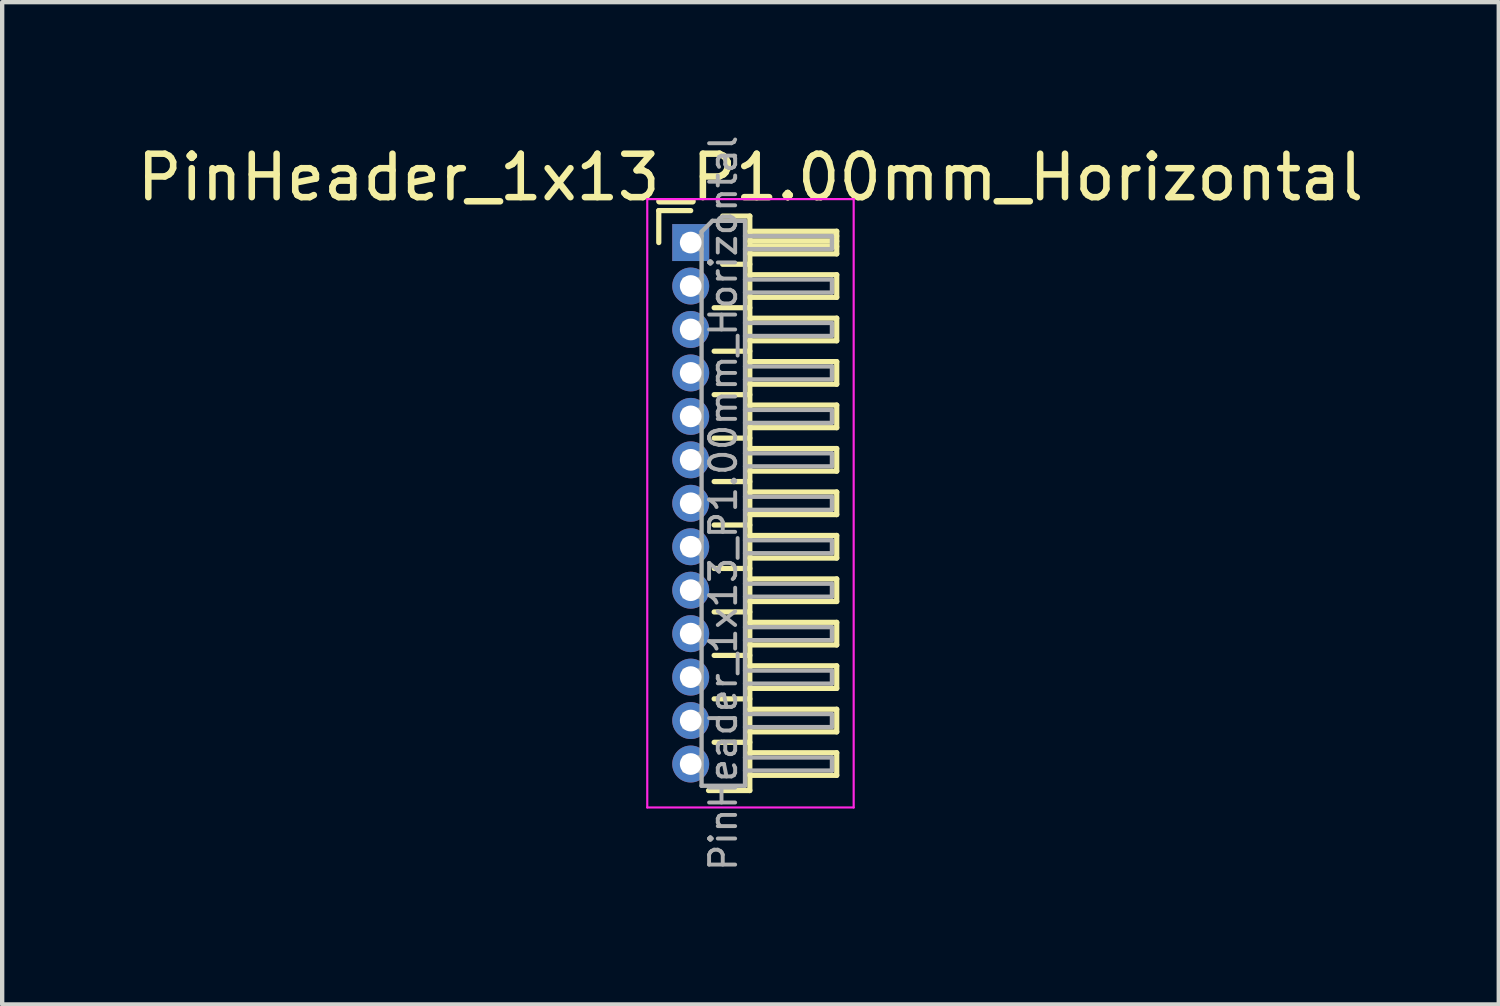
<source format=kicad_pcb>
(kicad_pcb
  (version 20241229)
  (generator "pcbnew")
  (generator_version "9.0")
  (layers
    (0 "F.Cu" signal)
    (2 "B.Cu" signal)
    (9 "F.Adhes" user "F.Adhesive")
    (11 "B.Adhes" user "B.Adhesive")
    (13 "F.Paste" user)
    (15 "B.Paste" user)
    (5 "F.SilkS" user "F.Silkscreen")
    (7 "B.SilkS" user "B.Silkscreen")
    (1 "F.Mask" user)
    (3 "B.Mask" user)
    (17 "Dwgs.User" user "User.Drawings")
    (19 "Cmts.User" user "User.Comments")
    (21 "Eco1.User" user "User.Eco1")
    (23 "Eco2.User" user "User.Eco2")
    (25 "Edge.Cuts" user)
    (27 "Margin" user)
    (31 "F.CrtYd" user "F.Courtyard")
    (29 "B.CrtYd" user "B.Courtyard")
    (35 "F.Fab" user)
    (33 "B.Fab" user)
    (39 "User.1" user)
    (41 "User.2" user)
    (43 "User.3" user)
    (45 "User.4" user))
  (footprint "PinHeader_1x13_P1.00mm_Horizontal"
    (layer "F.Cu")
    (at 12.845 2.532)
    (property "Reference" "PinHeader_1x13_P1.00mm_Horizontal" (at 1.375 -1.5 0) (layer "F.SilkS") (effects (font (size 1 1) (thickness 0.15))))
    (attr through_hole)
    (fp_line (start -0.735 -0.735) (end 0 -0.735) (stroke (width 0.12) (type solid)) (layer "F.SilkS"))
    (fp_line (start -0.735 0) (end -0.735 -0.735) (stroke (width 0.12) (type solid)) (layer "F.SilkS"))
    (fp_line (start 0.539 1.5) (end 1.36 1.5) (stroke (width 0.12) (type solid)) (layer "F.SilkS"))
    (fp_line (start 0.539 2.5) (end 1.36 2.5) (stroke (width 0.12) (type solid)) (layer "F.SilkS"))
    (fp_line (start 0.539 3.5) (end 1.36 3.5) (stroke (width 0.12) (type solid)) (layer "F.SilkS"))
    (fp_line (start 0.539 4.5) (end 1.36 4.5) (stroke (width 0.12) (type solid)) (layer "F.SilkS"))
    (fp_line (start 0.539 5.5) (end 1.36 5.5) (stroke (width 0.12) (type solid)) (layer "F.SilkS"))
    (fp_line (start 0.539 6.5) (end 1.36 6.5) (stroke (width 0.12) (type solid)) (layer "F.SilkS"))
    (fp_line (start 0.539 7.5) (end 1.36 7.5) (stroke (width 0.12) (type solid)) (layer "F.SilkS"))
    (fp_line (start 0.539 8.5) (end 1.36 8.5) (stroke (width 0.12) (type solid)) (layer "F.SilkS"))
    (fp_line (start 0.539 9.5) (end 1.36 9.5) (stroke (width 0.12) (type solid)) (layer "F.SilkS"))
    (fp_line (start 0.539 10.5) (end 1.36 10.5) (stroke (width 0.12) (type solid)) (layer "F.SilkS"))
    (fp_line (start 0.539 11.5) (end 1.36 11.5) (stroke (width 0.12) (type solid)) (layer "F.SilkS"))
    (fp_line (start 0.735 -0.61) (end 1.36 -0.61) (stroke (width 0.12) (type solid)) (layer "F.SilkS"))
    (fp_line (start 0.735 0.5) (end 1.36 0.5) (stroke (width 0.12) (type solid)) (layer "F.SilkS"))
    (fp_line (start 1.36 -0.61) (end 1.36 12.61) (stroke (width 0.12) (type solid)) (layer "F.SilkS"))
    (fp_line (start 1.36 -0.26) (end 3.36 -0.26) (stroke (width 0.12) (type solid)) (layer "F.SilkS"))
    (fp_line (start 1.36 -0.15) (end 3.36 -0.15) (stroke (width 0.12) (type solid)) (layer "F.SilkS"))
    (fp_line (start 1.36 -0.03) (end 3.36 -0.03) (stroke (width 0.12) (type solid)) (layer "F.SilkS"))
    (fp_line (start 1.36 0.09) (end 3.36 0.09) (stroke (width 0.12) (type solid)) (layer "F.SilkS"))
    (fp_line (start 1.36 0.74) (end 3.36 0.74) (stroke (width 0.12) (type solid)) (layer "F.SilkS"))
    (fp_line (start 1.36 1.74) (end 3.36 1.74) (stroke (width 0.12) (type solid)) (layer "F.SilkS"))
    (fp_line (start 1.36 2.74) (end 3.36 2.74) (stroke (width 0.12) (type solid)) (layer "F.SilkS"))
    (fp_line (start 1.36 3.74) (end 3.36 3.74) (stroke (width 0.12) (type solid)) (layer "F.SilkS"))
    (fp_line (start 1.36 4.74) (end 3.36 4.74) (stroke (width 0.12) (type solid)) (layer "F.SilkS"))
    (fp_line (start 1.36 5.74) (end 3.36 5.74) (stroke (width 0.12) (type solid)) (layer "F.SilkS"))
    (fp_line (start 1.36 6.74) (end 3.36 6.74) (stroke (width 0.12) (type solid)) (layer "F.SilkS"))
    (fp_line (start 1.36 7.74) (end 3.36 7.74) (stroke (width 0.12) (type solid)) (layer "F.SilkS"))
    (fp_line (start 1.36 8.74) (end 3.36 8.74) (stroke (width 0.12) (type solid)) (layer "F.SilkS"))
    (fp_line (start 1.36 9.74) (end 3.36 9.74) (stroke (width 0.12) (type solid)) (layer "F.SilkS"))
    (fp_line (start 1.36 10.74) (end 3.36 10.74) (stroke (width 0.12) (type solid)) (layer "F.SilkS"))
    (fp_line (start 1.36 11.74) (end 3.36 11.74) (stroke (width 0.12) (type solid)) (layer "F.SilkS"))
    (fp_line (start 1.36 12.61) (end 0.41 12.61) (stroke (width 0.12) (type solid)) (layer "F.SilkS"))
    (fp_line (start 3.36 -0.26) (end 3.36 0.26) (stroke (width 0.12) (type solid)) (layer "F.SilkS"))
    (fp_line (start 3.36 0.26) (end 1.36 0.26) (stroke (width 0.12) (type solid)) (layer "F.SilkS"))
    (fp_line (start 3.36 0.74) (end 3.36 1.26) (stroke (width 0.12) (type solid)) (layer "F.SilkS"))
    (fp_line (start 3.36 1.26) (end 1.36 1.26) (stroke (width 0.12) (type solid)) (layer "F.SilkS"))
    (fp_line (start 3.36 1.74) (end 3.36 2.26) (stroke (width 0.12) (type solid)) (layer "F.SilkS"))
    (fp_line (start 3.36 2.26) (end 1.36 2.26) (stroke (width 0.12) (type solid)) (layer "F.SilkS"))
    (fp_line (start 3.36 2.74) (end 3.36 3.26) (stroke (width 0.12) (type solid)) (layer "F.SilkS"))
    (fp_line (start 3.36 3.26) (end 1.36 3.26) (stroke (width 0.12) (type solid)) (layer "F.SilkS"))
    (fp_line (start 3.36 3.74) (end 3.36 4.26) (stroke (width 0.12) (type solid)) (layer "F.SilkS"))
    (fp_line (start 3.36 4.26) (end 1.36 4.26) (stroke (width 0.12) (type solid)) (layer "F.SilkS"))
    (fp_line (start 3.36 4.74) (end 3.36 5.26) (stroke (width 0.12) (type solid)) (layer "F.SilkS"))
    (fp_line (start 3.36 5.26) (end 1.36 5.26) (stroke (width 0.12) (type solid)) (layer "F.SilkS"))
    (fp_line (start 3.36 5.74) (end 3.36 6.26) (stroke (width 0.12) (type solid)) (layer "F.SilkS"))
    (fp_line (start 3.36 6.26) (end 1.36 6.26) (stroke (width 0.12) (type solid)) (layer "F.SilkS"))
    (fp_line (start 3.36 6.74) (end 3.36 7.26) (stroke (width 0.12) (type solid)) (layer "F.SilkS"))
    (fp_line (start 3.36 7.26) (end 1.36 7.26) (stroke (width 0.12) (type solid)) (layer "F.SilkS"))
    (fp_line (start 3.36 7.74) (end 3.36 8.26) (stroke (width 0.12) (type solid)) (layer "F.SilkS"))
    (fp_line (start 3.36 8.26) (end 1.36 8.26) (stroke (width 0.12) (type solid)) (layer "F.SilkS"))
    (fp_line (start 3.36 8.74) (end 3.36 9.26) (stroke (width 0.12) (type solid)) (layer "F.SilkS"))
    (fp_line (start 3.36 9.26) (end 1.36 9.26) (stroke (width 0.12) (type solid)) (layer "F.SilkS"))
    (fp_line (start 3.36 9.74) (end 3.36 10.26) (stroke (width 0.12) (type solid)) (layer "F.SilkS"))
    (fp_line (start 3.36 10.26) (end 1.36 10.26) (stroke (width 0.12) (type solid)) (layer "F.SilkS"))
    (fp_line (start 3.36 10.74) (end 3.36 11.26) (stroke (width 0.12) (type solid)) (layer "F.SilkS"))
    (fp_line (start 3.36 11.26) (end 1.36 11.26) (stroke (width 0.12) (type solid)) (layer "F.SilkS"))
    (fp_line (start 3.36 11.74) (end 3.36 12.26) (stroke (width 0.12) (type solid)) (layer "F.SilkS"))
    (fp_line (start 3.36 12.26) (end 1.36 12.26) (stroke (width 0.12) (type solid)) (layer "F.SilkS"))
    (fp_line (start -1 -1) (end -1 13) (stroke (width 0.05) (type solid)) (layer "F.CrtYd"))
    (fp_line (start -1 13) (end 3.75 13) (stroke (width 0.05) (type solid)) (layer "F.CrtYd"))
    (fp_line (start 3.75 -1) (end -1 -1) (stroke (width 0.05) (type solid)) (layer "F.CrtYd"))
    (fp_line (start 3.75 13) (end 3.75 -1) (stroke (width 0.05) (type solid)) (layer "F.CrtYd"))
    (fp_line (start -0.15 -0.15) (end -0.15 0.15) (stroke (width 0.1) (type solid)) (layer "F.Fab"))
    (fp_line (start -0.15 -0.15) (end 0.25 -0.15) (stroke (width 0.1) (type solid)) (layer "F.Fab"))
    (fp_line (start -0.15 0.15) (end 0.25 0.15) (stroke (width 0.1) (type solid)) (layer "F.Fab"))
    (fp_line (start -0.15 0.85) (end -0.15 1.15) (stroke (width 0.1) (type solid)) (layer "F.Fab"))
    (fp_line (start -0.15 0.85) (end 0.25 0.85) (stroke (width 0.1) (type solid)) (layer "F.Fab"))
    (fp_line (start -0.15 1.15) (end 0.25 1.15) (stroke (width 0.1) (type solid)) (layer "F.Fab"))
    (fp_line (start -0.15 1.85) (end -0.15 2.15) (stroke (width 0.1) (type solid)) (layer "F.Fab"))
    (fp_line (start -0.15 1.85) (end 0.25 1.85) (stroke (width 0.1) (type solid)) (layer "F.Fab"))
    (fp_line (start -0.15 2.15) (end 0.25 2.15) (stroke (width 0.1) (type solid)) (layer "F.Fab"))
    (fp_line (start -0.15 2.85) (end -0.15 3.15) (stroke (width 0.1) (type solid)) (layer "F.Fab"))
    (fp_line (start -0.15 2.85) (end 0.25 2.85) (stroke (width 0.1) (type solid)) (layer "F.Fab"))
    (fp_line (start -0.15 3.15) (end 0.25 3.15) (stroke (width 0.1) (type solid)) (layer "F.Fab"))
    (fp_line (start -0.15 3.85) (end -0.15 4.15) (stroke (width 0.1) (type solid)) (layer "F.Fab"))
    (fp_line (start -0.15 3.85) (end 0.25 3.85) (stroke (width 0.1) (type solid)) (layer "F.Fab"))
    (fp_line (start -0.15 4.15) (end 0.25 4.15) (stroke (width 0.1) (type solid)) (layer "F.Fab"))
    (fp_line (start -0.15 4.85) (end -0.15 5.15) (stroke (width 0.1) (type solid)) (layer "F.Fab"))
    (fp_line (start -0.15 4.85) (end 0.25 4.85) (stroke (width 0.1) (type solid)) (layer "F.Fab"))
    (fp_line (start -0.15 5.15) (end 0.25 5.15) (stroke (width 0.1) (type solid)) (layer "F.Fab"))
    (fp_line (start -0.15 5.85) (end -0.15 6.15) (stroke (width 0.1) (type solid)) (layer "F.Fab"))
    (fp_line (start -0.15 5.85) (end 0.25 5.85) (stroke (width 0.1) (type solid)) (layer "F.Fab"))
    (fp_line (start -0.15 6.15) (end 0.25 6.15) (stroke (width 0.1) (type solid)) (layer "F.Fab"))
    (fp_line (start -0.15 6.85) (end -0.15 7.15) (stroke (width 0.1) (type solid)) (layer "F.Fab"))
    (fp_line (start -0.15 6.85) (end 0.25 6.85) (stroke (width 0.1) (type solid)) (layer "F.Fab"))
    (fp_line (start -0.15 7.15) (end 0.25 7.15) (stroke (width 0.1) (type solid)) (layer "F.Fab"))
    (fp_line (start -0.15 7.85) (end -0.15 8.15) (stroke (width 0.1) (type solid)) (layer "F.Fab"))
    (fp_line (start -0.15 7.85) (end 0.25 7.85) (stroke (width 0.1) (type solid)) (layer "F.Fab"))
    (fp_line (start -0.15 8.15) (end 0.25 8.15) (stroke (width 0.1) (type solid)) (layer "F.Fab"))
    (fp_line (start -0.15 8.85) (end -0.15 9.15) (stroke (width 0.1) (type solid)) (layer "F.Fab"))
    (fp_line (start -0.15 8.85) (end 0.25 8.85) (stroke (width 0.1) (type solid)) (layer "F.Fab"))
    (fp_line (start -0.15 9.15) (end 0.25 9.15) (stroke (width 0.1) (type solid)) (layer "F.Fab"))
    (fp_line (start -0.15 9.85) (end -0.15 10.15) (stroke (width 0.1) (type solid)) (layer "F.Fab"))
    (fp_line (start -0.15 9.85) (end 0.25 9.85) (stroke (width 0.1) (type solid)) (layer "F.Fab"))
    (fp_line (start -0.15 10.15) (end 0.25 10.15) (stroke (width 0.1) (type solid)) (layer "F.Fab"))
    (fp_line (start -0.15 10.85) (end -0.15 11.15) (stroke (width 0.1) (type solid)) (layer "F.Fab"))
    (fp_line (start -0.15 10.85) (end 0.25 10.85) (stroke (width 0.1) (type solid)) (layer "F.Fab"))
    (fp_line (start -0.15 11.15) (end 0.25 11.15) (stroke (width 0.1) (type solid)) (layer "F.Fab"))
    (fp_line (start -0.15 11.85) (end -0.15 12.15) (stroke (width 0.1) (type solid)) (layer "F.Fab"))
    (fp_line (start -0.15 11.85) (end 0.25 11.85) (stroke (width 0.1) (type solid)) (layer "F.Fab"))
    (fp_line (start -0.15 12.15) (end 0.25 12.15) (stroke (width 0.1) (type solid)) (layer "F.Fab"))
    (fp_line (start 0.25 -0.25) (end 0.5 -0.5) (stroke (width 0.1) (type solid)) (layer "F.Fab"))
    (fp_line (start 0.25 12.5) (end 0.25 -0.25) (stroke (width 0.1) (type solid)) (layer "F.Fab"))
    (fp_line (start 0.5 -0.5) (end 1.25 -0.5) (stroke (width 0.1) (type solid)) (layer "F.Fab"))
    (fp_line (start 1.25 -0.5) (end 1.25 12.5) (stroke (width 0.1) (type solid)) (layer "F.Fab"))
    (fp_line (start 1.25 -0.15) (end 3.25 -0.15) (stroke (width 0.1) (type solid)) (layer "F.Fab"))
    (fp_line (start 1.25 0.15) (end 3.25 0.15) (stroke (width 0.1) (type solid)) (layer "F.Fab"))
    (fp_line (start 1.25 0.85) (end 3.25 0.85) (stroke (width 0.1) (type solid)) (layer "F.Fab"))
    (fp_line (start 1.25 1.15) (end 3.25 1.15) (stroke (width 0.1) (type solid)) (layer "F.Fab"))
    (fp_line (start 1.25 1.85) (end 3.25 1.85) (stroke (width 0.1) (type solid)) (layer "F.Fab"))
    (fp_line (start 1.25 2.15) (end 3.25 2.15) (stroke (width 0.1) (type solid)) (layer "F.Fab"))
    (fp_line (start 1.25 2.85) (end 3.25 2.85) (stroke (width 0.1) (type solid)) (layer "F.Fab"))
    (fp_line (start 1.25 3.15) (end 3.25 3.15) (stroke (width 0.1) (type solid)) (layer "F.Fab"))
    (fp_line (start 1.25 3.85) (end 3.25 3.85) (stroke (width 0.1) (type solid)) (layer "F.Fab"))
    (fp_line (start 1.25 4.15) (end 3.25 4.15) (stroke (width 0.1) (type solid)) (layer "F.Fab"))
    (fp_line (start 1.25 4.85) (end 3.25 4.85) (stroke (width 0.1) (type solid)) (layer "F.Fab"))
    (fp_line (start 1.25 5.15) (end 3.25 5.15) (stroke (width 0.1) (type solid)) (layer "F.Fab"))
    (fp_line (start 1.25 5.85) (end 3.25 5.85) (stroke (width 0.1) (type solid)) (layer "F.Fab"))
    (fp_line (start 1.25 6.15) (end 3.25 6.15) (stroke (width 0.1) (type solid)) (layer "F.Fab"))
    (fp_line (start 1.25 6.85) (end 3.25 6.85) (stroke (width 0.1) (type solid)) (layer "F.Fab"))
    (fp_line (start 1.25 7.15) (end 3.25 7.15) (stroke (width 0.1) (type solid)) (layer "F.Fab"))
    (fp_line (start 1.25 7.85) (end 3.25 7.85) (stroke (width 0.1) (type solid)) (layer "F.Fab"))
    (fp_line (start 1.25 8.15) (end 3.25 8.15) (stroke (width 0.1) (type solid)) (layer "F.Fab"))
    (fp_line (start 1.25 8.85) (end 3.25 8.85) (stroke (width 0.1) (type solid)) (layer "F.Fab"))
    (fp_line (start 1.25 9.15) (end 3.25 9.15) (stroke (width 0.1) (type solid)) (layer "F.Fab"))
    (fp_line (start 1.25 9.85) (end 3.25 9.85) (stroke (width 0.1) (type solid)) (layer "F.Fab"))
    (fp_line (start 1.25 10.15) (end 3.25 10.15) (stroke (width 0.1) (type solid)) (layer "F.Fab"))
    (fp_line (start 1.25 10.85) (end 3.25 10.85) (stroke (width 0.1) (type solid)) (layer "F.Fab"))
    (fp_line (start 1.25 11.15) (end 3.25 11.15) (stroke (width 0.1) (type solid)) (layer "F.Fab"))
    (fp_line (start 1.25 11.85) (end 3.25 11.85) (stroke (width 0.1) (type solid)) (layer "F.Fab"))
    (fp_line (start 1.25 12.15) (end 3.25 12.15) (stroke (width 0.1) (type solid)) (layer "F.Fab"))
    (fp_line (start 1.25 12.5) (end 0.25 12.5) (stroke (width 0.1) (type solid)) (layer "F.Fab"))
    (fp_line (start 3.25 -0.15) (end 3.25 0.15) (stroke (width 0.1) (type solid)) (layer "F.Fab"))
    (fp_line (start 3.25 0.85) (end 3.25 1.15) (stroke (width 0.1) (type solid)) (layer "F.Fab"))
    (fp_line (start 3.25 1.85) (end 3.25 2.15) (stroke (width 0.1) (type solid)) (layer "F.Fab"))
    (fp_line (start 3.25 2.85) (end 3.25 3.15) (stroke (width 0.1) (type solid)) (layer "F.Fab"))
    (fp_line (start 3.25 3.85) (end 3.25 4.15) (stroke (width 0.1) (type solid)) (layer "F.Fab"))
    (fp_line (start 3.25 4.85) (end 3.25 5.15) (stroke (width 0.1) (type solid)) (layer "F.Fab"))
    (fp_line (start 3.25 5.85) (end 3.25 6.15) (stroke (width 0.1) (type solid)) (layer "F.Fab"))
    (fp_line (start 3.25 6.85) (end 3.25 7.15) (stroke (width 0.1) (type solid)) (layer "F.Fab"))
    (fp_line (start 3.25 7.85) (end 3.25 8.15) (stroke (width 0.1) (type solid)) (layer "F.Fab"))
    (fp_line (start 3.25 8.85) (end 3.25 9.15) (stroke (width 0.1) (type solid)) (layer "F.Fab"))
    (fp_line (start 3.25 9.85) (end 3.25 10.15) (stroke (width 0.1) (type solid)) (layer "F.Fab"))
    (fp_line (start 3.25 10.85) (end 3.25 11.15) (stroke (width 0.1) (type solid)) (layer "F.Fab"))
    (fp_line (start 3.25 11.85) (end 3.25 12.15) (stroke (width 0.1) (type solid)) (layer "F.Fab"))
    (fp_text user "${REFERENCE}" (at 0.75 6 90) (layer "F.Fab") (effects (font (size 0.6 0.6) (thickness 0.09))))
    (pad "1" thru_hole rect (at 0 0) (size 0.85 0.85) (drill 0.5) (layers "*.Cu" "*.Mask"))
    (pad "2" thru_hole circle (at 0 1) (size 0.85 0.85) (drill 0.5) (layers "*.Cu" "*.Mask"))
    (pad "3" thru_hole circle (at 0 2) (size 0.85 0.85) (drill 0.5) (layers "*.Cu" "*.Mask"))
    (pad "4" thru_hole circle (at 0 3) (size 0.85 0.85) (drill 0.5) (layers "*.Cu" "*.Mask"))
    (pad "5" thru_hole circle (at 0 4) (size 0.85 0.85) (drill 0.5) (layers "*.Cu" "*.Mask"))
    (pad "6" thru_hole circle (at 0 5) (size 0.85 0.85) (drill 0.5) (layers "*.Cu" "*.Mask"))
    (pad "7" thru_hole circle (at 0 6) (size 0.85 0.85) (drill 0.5) (layers "*.Cu" "*.Mask"))
    (pad "8" thru_hole circle (at 0 7) (size 0.85 0.85) (drill 0.5) (layers "*.Cu" "*.Mask"))
    (pad "9" thru_hole circle (at 0 8) (size 0.85 0.85) (drill 0.5) (layers "*.Cu" "*.Mask"))
    (pad "10" thru_hole circle (at 0 9) (size 0.85 0.85) (drill 0.5) (layers "*.Cu" "*.Mask"))
    (pad "11" thru_hole circle (at 0 10) (size 0.85 0.85) (drill 0.5) (layers "*.Cu" "*.Mask"))
    (pad "12" thru_hole circle (at 0 11) (size 0.85 0.85) (drill 0.5) (layers "*.Cu" "*.Mask"))
    (pad "13" thru_hole circle (at 0 12) (size 0.85 0.85) (drill 0.5) (layers "*.Cu" "*.Mask")))
  (gr_rect
    (start -3 -3)
    (end 31.44 20.064)
    (stroke (width 0.1) (type default))
    (fill no)
    (layer "Edge.Cuts")))
</source>
